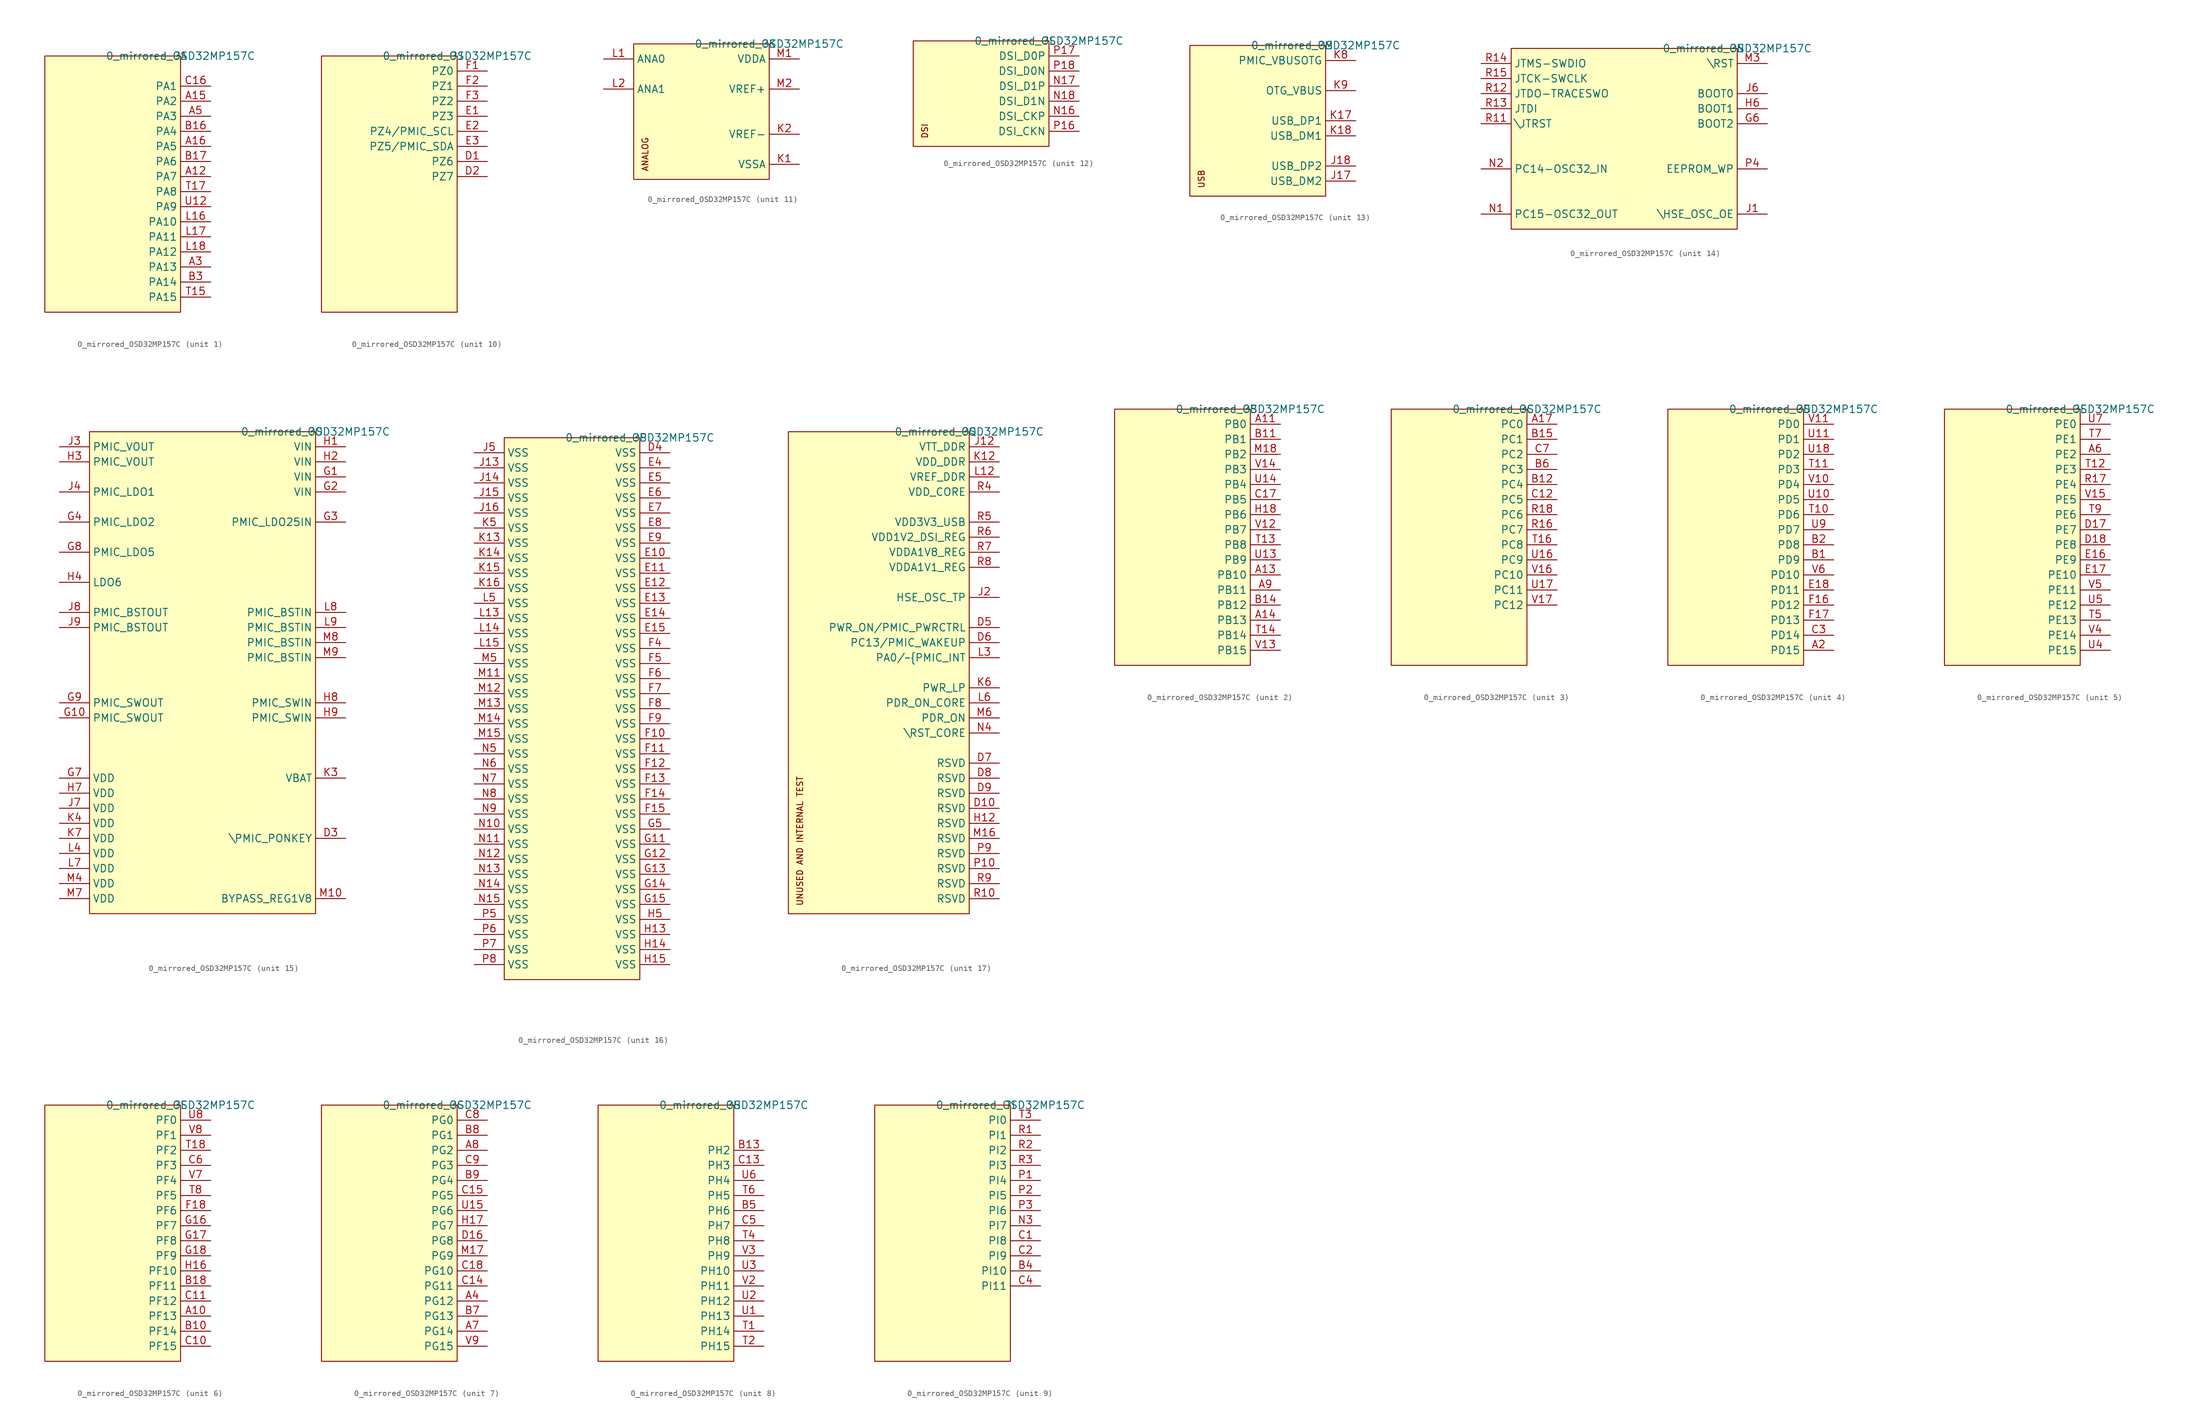
<source format=kicad_sym>
(kicad_symbol_lib
  (version 20210619)
  (generator kicad_symbol_editor)
  (symbol "OSD19001_BREAKOUTS-altium-import:0_mirrored_OSD32MP157C"
    (property "Reference" ""
      (at 0 0 0)
      (effects (font (size 1.27 1.27))))
    (property "Value" "0_mirrored_OSD32MP157C"
      (at 0 0 0)
      (effects (font (size 1.27 1.27))))
    (symbol "0_mirrored_OSD32MP157C_1_0"
      (rectangle (start 0 0) (end -22.86 -43.18) (stroke (width 0)) (fill (type background)))
      (pin bidirectional line (at 5.08 -20.32 180) (length 5.08) (name "PA7" (effects (font (size 1.27 1.27)))) (number "A12" (effects (font (size 1.27 1.27)))))
      (pin bidirectional line (at 5.08 -7.62 180) (length 5.08) (name "PA2" (effects (font (size 1.27 1.27)))) (number "A15" (effects (font (size 1.27 1.27)))))
      (pin bidirectional line (at 5.08 -15.24 180) (length 5.08) (name "PA5" (effects (font (size 1.27 1.27)))) (number "A16" (effects (font (size 1.27 1.27)))))
      (pin bidirectional line (at 5.08 -35.56 180) (length 5.08) (name "PA13" (effects (font (size 1.27 1.27)))) (number "A3" (effects (font (size 1.27 1.27)))))
      (pin bidirectional line (at 5.08 -10.16 180) (length 5.08) (name "PA3" (effects (font (size 1.27 1.27)))) (number "A5" (effects (font (size 1.27 1.27)))))
      (pin bidirectional line (at 5.08 -12.7 180) (length 5.08) (name "PA4" (effects (font (size 1.27 1.27)))) (number "B16" (effects (font (size 1.27 1.27)))))
      (pin bidirectional line (at 5.08 -17.78 180) (length 5.08) (name "PA6" (effects (font (size 1.27 1.27)))) (number "B17" (effects (font (size 1.27 1.27)))))
      (pin bidirectional line (at 5.08 -38.1 180) (length 5.08) (name "PA14" (effects (font (size 1.27 1.27)))) (number "B3" (effects (font (size 1.27 1.27)))))
      (pin bidirectional line (at 5.08 -5.08 180) (length 5.08) (name "PA1" (effects (font (size 1.27 1.27)))) (number "C16" (effects (font (size 1.27 1.27)))))
      (pin bidirectional line (at 5.08 -27.94 180) (length 5.08) (name "PA10" (effects (font (size 1.27 1.27)))) (number "L16" (effects (font (size 1.27 1.27)))))
      (pin bidirectional line (at 5.08 -30.48 180) (length 5.08) (name "PA11" (effects (font (size 1.27 1.27)))) (number "L17" (effects (font (size 1.27 1.27)))))
      (pin bidirectional line (at 5.08 -33.02 180) (length 5.08) (name "PA12" (effects (font (size 1.27 1.27)))) (number "L18" (effects (font (size 1.27 1.27)))))
      (pin bidirectional line (at 5.08 -40.64 180) (length 5.08) (name "PA15" (effects (font (size 1.27 1.27)))) (number "T15" (effects (font (size 1.27 1.27)))))
      (pin bidirectional line (at 5.08 -22.86 180) (length 5.08) (name "PA8" (effects (font (size 1.27 1.27)))) (number "T17" (effects (font (size 1.27 1.27)))))
      (pin bidirectional line (at 5.08 -25.4 180) (length 5.08) (name "PA9" (effects (font (size 1.27 1.27)))) (number "U12" (effects (font (size 1.27 1.27))))))
    (symbol "0_mirrored_OSD32MP157C_2_0"
      (rectangle (start 0 0) (end -22.86 -43.18) (stroke (width 0)) (fill (type background)))
      (pin bidirectional line (at 5.08 -2.54 180) (length 5.08) (name "PB0" (effects (font (size 1.27 1.27)))) (number "A11" (effects (font (size 1.27 1.27)))))
      (pin bidirectional line (at 5.08 -27.94 180) (length 5.08) (name "PB10" (effects (font (size 1.27 1.27)))) (number "A13" (effects (font (size 1.27 1.27)))))
      (pin bidirectional line (at 5.08 -35.56 180) (length 5.08) (name "PB13" (effects (font (size 1.27 1.27)))) (number "A14" (effects (font (size 1.27 1.27)))))
      (pin bidirectional line (at 5.08 -30.48 180) (length 5.08) (name "PB11" (effects (font (size 1.27 1.27)))) (number "A9" (effects (font (size 1.27 1.27)))))
      (pin bidirectional line (at 5.08 -5.08 180) (length 5.08) (name "PB1" (effects (font (size 1.27 1.27)))) (number "B11" (effects (font (size 1.27 1.27)))))
      (pin bidirectional line (at 5.08 -33.02 180) (length 5.08) (name "PB12" (effects (font (size 1.27 1.27)))) (number "B14" (effects (font (size 1.27 1.27)))))
      (pin bidirectional line (at 5.08 -15.24 180) (length 5.08) (name "PB5" (effects (font (size 1.27 1.27)))) (number "C17" (effects (font (size 1.27 1.27)))))
      (pin bidirectional line (at 5.08 -17.78 180) (length 5.08) (name "PB6" (effects (font (size 1.27 1.27)))) (number "H18" (effects (font (size 1.27 1.27)))))
      (pin bidirectional line (at 5.08 -7.62 180) (length 5.08) (name "PB2" (effects (font (size 1.27 1.27)))) (number "M18" (effects (font (size 1.27 1.27)))))
      (pin bidirectional line (at 5.08 -22.86 180) (length 5.08) (name "PB8" (effects (font (size 1.27 1.27)))) (number "T13" (effects (font (size 1.27 1.27)))))
      (pin bidirectional line (at 5.08 -38.1 180) (length 5.08) (name "PB14" (effects (font (size 1.27 1.27)))) (number "T14" (effects (font (size 1.27 1.27)))))
      (pin bidirectional line (at 5.08 -25.4 180) (length 5.08) (name "PB9" (effects (font (size 1.27 1.27)))) (number "U13" (effects (font (size 1.27 1.27)))))
      (pin bidirectional line (at 5.08 -12.7 180) (length 5.08) (name "PB4" (effects (font (size 1.27 1.27)))) (number "U14" (effects (font (size 1.27 1.27)))))
      (pin bidirectional line (at 5.08 -20.32 180) (length 5.08) (name "PB7" (effects (font (size 1.27 1.27)))) (number "V12" (effects (font (size 1.27 1.27)))))
      (pin bidirectional line (at 5.08 -40.64 180) (length 5.08) (name "PB15" (effects (font (size 1.27 1.27)))) (number "V13" (effects (font (size 1.27 1.27)))))
      (pin bidirectional line (at 5.08 -10.16 180) (length 5.08) (name "PB3" (effects (font (size 1.27 1.27)))) (number "V14" (effects (font (size 1.27 1.27))))))
    (symbol "0_mirrored_OSD32MP157C_3_0"
      (rectangle (start 0 0) (end -22.86 -43.18) (stroke (width 0)) (fill (type background)))
      (pin bidirectional line (at 5.08 -2.54 180) (length 5.08) (name "PC0" (effects (font (size 1.27 1.27)))) (number "A17" (effects (font (size 1.27 1.27)))))
      (pin bidirectional line (at 5.08 -12.7 180) (length 5.08) (name "PC4" (effects (font (size 1.27 1.27)))) (number "B12" (effects (font (size 1.27 1.27)))))
      (pin bidirectional line (at 5.08 -5.08 180) (length 5.08) (name "PC1" (effects (font (size 1.27 1.27)))) (number "B15" (effects (font (size 1.27 1.27)))))
      (pin bidirectional line (at 5.08 -10.16 180) (length 5.08) (name "PC3" (effects (font (size 1.27 1.27)))) (number "B6" (effects (font (size 1.27 1.27)))))
      (pin bidirectional line (at 5.08 -15.24 180) (length 5.08) (name "PC5" (effects (font (size 1.27 1.27)))) (number "C12" (effects (font (size 1.27 1.27)))))
      (pin bidirectional line (at 5.08 -7.62 180) (length 5.08) (name "PC2" (effects (font (size 1.27 1.27)))) (number "C7" (effects (font (size 1.27 1.27)))))
      (pin bidirectional line (at 5.08 -20.32 180) (length 5.08) (name "PC7" (effects (font (size 1.27 1.27)))) (number "R16" (effects (font (size 1.27 1.27)))))
      (pin bidirectional line (at 5.08 -17.78 180) (length 5.08) (name "PC6" (effects (font (size 1.27 1.27)))) (number "R18" (effects (font (size 1.27 1.27)))))
      (pin bidirectional line (at 5.08 -22.86 180) (length 5.08) (name "PC8" (effects (font (size 1.27 1.27)))) (number "T16" (effects (font (size 1.27 1.27)))))
      (pin bidirectional line (at 5.08 -25.4 180) (length 5.08) (name "PC9" (effects (font (size 1.27 1.27)))) (number "U16" (effects (font (size 1.27 1.27)))))
      (pin bidirectional line (at 5.08 -30.48 180) (length 5.08) (name "PC11" (effects (font (size 1.27 1.27)))) (number "U17" (effects (font (size 1.27 1.27)))))
      (pin bidirectional line (at 5.08 -27.94 180) (length 5.08) (name "PC10" (effects (font (size 1.27 1.27)))) (number "V16" (effects (font (size 1.27 1.27)))))
      (pin bidirectional line (at 5.08 -33.02 180) (length 5.08) (name "PC12" (effects (font (size 1.27 1.27)))) (number "V17" (effects (font (size 1.27 1.27))))))
    (symbol "0_mirrored_OSD32MP157C_4_0"
      (rectangle (start 0 0) (end -22.86 -43.18) (stroke (width 0)) (fill (type background)))
      (pin bidirectional line (at 5.08 -40.64 180) (length 5.08) (name "PD15" (effects (font (size 1.27 1.27)))) (number "A2" (effects (font (size 1.27 1.27)))))
      (pin bidirectional line (at 5.08 -25.4 180) (length 5.08) (name "PD9" (effects (font (size 1.27 1.27)))) (number "B1" (effects (font (size 1.27 1.27)))))
      (pin bidirectional line (at 5.08 -22.86 180) (length 5.08) (name "PD8" (effects (font (size 1.27 1.27)))) (number "B2" (effects (font (size 1.27 1.27)))))
      (pin bidirectional line (at 5.08 -38.1 180) (length 5.08) (name "PD14" (effects (font (size 1.27 1.27)))) (number "C3" (effects (font (size 1.27 1.27)))))
      (pin bidirectional line (at 5.08 -30.48 180) (length 5.08) (name "PD11" (effects (font (size 1.27 1.27)))) (number "E18" (effects (font (size 1.27 1.27)))))
      (pin bidirectional line (at 5.08 -33.02 180) (length 5.08) (name "PD12" (effects (font (size 1.27 1.27)))) (number "F16" (effects (font (size 1.27 1.27)))))
      (pin bidirectional line (at 5.08 -35.56 180) (length 5.08) (name "PD13" (effects (font (size 1.27 1.27)))) (number "F17" (effects (font (size 1.27 1.27)))))
      (pin bidirectional line (at 5.08 -17.78 180) (length 5.08) (name "PD6" (effects (font (size 1.27 1.27)))) (number "T10" (effects (font (size 1.27 1.27)))))
      (pin bidirectional line (at 5.08 -10.16 180) (length 5.08) (name "PD3" (effects (font (size 1.27 1.27)))) (number "T11" (effects (font (size 1.27 1.27)))))
      (pin bidirectional line (at 5.08 -15.24 180) (length 5.08) (name "PD5" (effects (font (size 1.27 1.27)))) (number "U10" (effects (font (size 1.27 1.27)))))
      (pin bidirectional line (at 5.08 -5.08 180) (length 5.08) (name "PD1" (effects (font (size 1.27 1.27)))) (number "U11" (effects (font (size 1.27 1.27)))))
      (pin bidirectional line (at 5.08 -7.62 180) (length 5.08) (name "PD2" (effects (font (size 1.27 1.27)))) (number "U18" (effects (font (size 1.27 1.27)))))
      (pin bidirectional line (at 5.08 -20.32 180) (length 5.08) (name "PD7" (effects (font (size 1.27 1.27)))) (number "U9" (effects (font (size 1.27 1.27)))))
      (pin bidirectional line (at 5.08 -12.7 180) (length 5.08) (name "PD4" (effects (font (size 1.27 1.27)))) (number "V10" (effects (font (size 1.27 1.27)))))
      (pin bidirectional line (at 5.08 -2.54 180) (length 5.08) (name "PD0" (effects (font (size 1.27 1.27)))) (number "V11" (effects (font (size 1.27 1.27)))))
      (pin bidirectional line (at 5.08 -27.94 180) (length 5.08) (name "PD10" (effects (font (size 1.27 1.27)))) (number "V6" (effects (font (size 1.27 1.27))))))
    (symbol "0_mirrored_OSD32MP157C_5_0"
      (rectangle (start 0 0) (end -22.86 -43.18) (stroke (width 0)) (fill (type background)))
      (pin bidirectional line (at 5.08 -7.62 180) (length 5.08) (name "PE2" (effects (font (size 1.27 1.27)))) (number "A6" (effects (font (size 1.27 1.27)))))
      (pin bidirectional line (at 5.08 -20.32 180) (length 5.08) (name "PE7" (effects (font (size 1.27 1.27)))) (number "D17" (effects (font (size 1.27 1.27)))))
      (pin bidirectional line (at 5.08 -22.86 180) (length 5.08) (name "PE8" (effects (font (size 1.27 1.27)))) (number "D18" (effects (font (size 1.27 1.27)))))
      (pin bidirectional line (at 5.08 -25.4 180) (length 5.08) (name "PE9" (effects (font (size 1.27 1.27)))) (number "E16" (effects (font (size 1.27 1.27)))))
      (pin bidirectional line (at 5.08 -27.94 180) (length 5.08) (name "PE10" (effects (font (size 1.27 1.27)))) (number "E17" (effects (font (size 1.27 1.27)))))
      (pin bidirectional line (at 5.08 -12.7 180) (length 5.08) (name "PE4" (effects (font (size 1.27 1.27)))) (number "R17" (effects (font (size 1.27 1.27)))))
      (pin bidirectional line (at 5.08 -10.16 180) (length 5.08) (name "PE3" (effects (font (size 1.27 1.27)))) (number "T12" (effects (font (size 1.27 1.27)))))
      (pin bidirectional line (at 5.08 -35.56 180) (length 5.08) (name "PE13" (effects (font (size 1.27 1.27)))) (number "T5" (effects (font (size 1.27 1.27)))))
      (pin bidirectional line (at 5.08 -5.08 180) (length 5.08) (name "PE1" (effects (font (size 1.27 1.27)))) (number "T7" (effects (font (size 1.27 1.27)))))
      (pin bidirectional line (at 5.08 -17.78 180) (length 5.08) (name "PE6" (effects (font (size 1.27 1.27)))) (number "T9" (effects (font (size 1.27 1.27)))))
      (pin bidirectional line (at 5.08 -40.64 180) (length 5.08) (name "PE15" (effects (font (size 1.27 1.27)))) (number "U4" (effects (font (size 1.27 1.27)))))
      (pin bidirectional line (at 5.08 -33.02 180) (length 5.08) (name "PE12" (effects (font (size 1.27 1.27)))) (number "U5" (effects (font (size 1.27 1.27)))))
      (pin bidirectional line (at 5.08 -2.54 180) (length 5.08) (name "PE0" (effects (font (size 1.27 1.27)))) (number "U7" (effects (font (size 1.27 1.27)))))
      (pin bidirectional line (at 5.08 -15.24 180) (length 5.08) (name "PE5" (effects (font (size 1.27 1.27)))) (number "V15" (effects (font (size 1.27 1.27)))))
      (pin bidirectional line (at 5.08 -38.1 180) (length 5.08) (name "PE14" (effects (font (size 1.27 1.27)))) (number "V4" (effects (font (size 1.27 1.27)))))
      (pin bidirectional line (at 5.08 -30.48 180) (length 5.08) (name "PE11" (effects (font (size 1.27 1.27)))) (number "V5" (effects (font (size 1.27 1.27))))))
    (symbol "0_mirrored_OSD32MP157C_6_0"
      (rectangle (start 0 0) (end -22.86 -43.18) (stroke (width 0)) (fill (type background)))
      (pin bidirectional line (at 5.08 -35.56 180) (length 5.08) (name "PF13" (effects (font (size 1.27 1.27)))) (number "A10" (effects (font (size 1.27 1.27)))))
      (pin bidirectional line (at 5.08 -38.1 180) (length 5.08) (name "PF14" (effects (font (size 1.27 1.27)))) (number "B10" (effects (font (size 1.27 1.27)))))
      (pin bidirectional line (at 5.08 -30.48 180) (length 5.08) (name "PF11" (effects (font (size 1.27 1.27)))) (number "B18" (effects (font (size 1.27 1.27)))))
      (pin bidirectional line (at 5.08 -40.64 180) (length 5.08) (name "PF15" (effects (font (size 1.27 1.27)))) (number "C10" (effects (font (size 1.27 1.27)))))
      (pin bidirectional line (at 5.08 -33.02 180) (length 5.08) (name "PF12" (effects (font (size 1.27 1.27)))) (number "C11" (effects (font (size 1.27 1.27)))))
      (pin bidirectional line (at 5.08 -10.16 180) (length 5.08) (name "PF3" (effects (font (size 1.27 1.27)))) (number "C6" (effects (font (size 1.27 1.27)))))
      (pin bidirectional line (at 5.08 -17.78 180) (length 5.08) (name "PF6" (effects (font (size 1.27 1.27)))) (number "F18" (effects (font (size 1.27 1.27)))))
      (pin bidirectional line (at 5.08 -20.32 180) (length 5.08) (name "PF7" (effects (font (size 1.27 1.27)))) (number "G16" (effects (font (size 1.27 1.27)))))
      (pin bidirectional line (at 5.08 -22.86 180) (length 5.08) (name "PF8" (effects (font (size 1.27 1.27)))) (number "G17" (effects (font (size 1.27 1.27)))))
      (pin bidirectional line (at 5.08 -25.4 180) (length 5.08) (name "PF9" (effects (font (size 1.27 1.27)))) (number "G18" (effects (font (size 1.27 1.27)))))
      (pin bidirectional line (at 5.08 -27.94 180) (length 5.08) (name "PF10" (effects (font (size 1.27 1.27)))) (number "H16" (effects (font (size 1.27 1.27)))))
      (pin bidirectional line (at 5.08 -7.62 180) (length 5.08) (name "PF2" (effects (font (size 1.27 1.27)))) (number "T18" (effects (font (size 1.27 1.27)))))
      (pin bidirectional line (at 5.08 -15.24 180) (length 5.08) (name "PF5" (effects (font (size 1.27 1.27)))) (number "T8" (effects (font (size 1.27 1.27)))))
      (pin bidirectional line (at 5.08 -2.54 180) (length 5.08) (name "PF0" (effects (font (size 1.27 1.27)))) (number "U8" (effects (font (size 1.27 1.27)))))
      (pin bidirectional line (at 5.08 -12.7 180) (length 5.08) (name "PF4" (effects (font (size 1.27 1.27)))) (number "V7" (effects (font (size 1.27 1.27)))))
      (pin bidirectional line (at 5.08 -5.08 180) (length 5.08) (name "PF1" (effects (font (size 1.27 1.27)))) (number "V8" (effects (font (size 1.27 1.27))))))
    (symbol "0_mirrored_OSD32MP157C_7_0"
      (rectangle (start 0 0) (end -22.86 -43.18) (stroke (width 0)) (fill (type background)))
      (pin bidirectional line (at 5.08 -33.02 180) (length 5.08) (name "PG12" (effects (font (size 1.27 1.27)))) (number "A4" (effects (font (size 1.27 1.27)))))
      (pin bidirectional line (at 5.08 -38.1 180) (length 5.08) (name "PG14" (effects (font (size 1.27 1.27)))) (number "A7" (effects (font (size 1.27 1.27)))))
      (pin bidirectional line (at 5.08 -7.62 180) (length 5.08) (name "PG2" (effects (font (size 1.27 1.27)))) (number "A8" (effects (font (size 1.27 1.27)))))
      (pin bidirectional line (at 5.08 -35.56 180) (length 5.08) (name "PG13" (effects (font (size 1.27 1.27)))) (number "B7" (effects (font (size 1.27 1.27)))))
      (pin bidirectional line (at 5.08 -5.08 180) (length 5.08) (name "PG1" (effects (font (size 1.27 1.27)))) (number "B8" (effects (font (size 1.27 1.27)))))
      (pin bidirectional line (at 5.08 -12.7 180) (length 5.08) (name "PG4" (effects (font (size 1.27 1.27)))) (number "B9" (effects (font (size 1.27 1.27)))))
      (pin bidirectional line (at 5.08 -30.48 180) (length 5.08) (name "PG11" (effects (font (size 1.27 1.27)))) (number "C14" (effects (font (size 1.27 1.27)))))
      (pin bidirectional line (at 5.08 -15.24 180) (length 5.08) (name "PG5" (effects (font (size 1.27 1.27)))) (number "C15" (effects (font (size 1.27 1.27)))))
      (pin bidirectional line (at 5.08 -27.94 180) (length 5.08) (name "PG10" (effects (font (size 1.27 1.27)))) (number "C18" (effects (font (size 1.27 1.27)))))
      (pin bidirectional line (at 5.08 -2.54 180) (length 5.08) (name "PG0" (effects (font (size 1.27 1.27)))) (number "C8" (effects (font (size 1.27 1.27)))))
      (pin bidirectional line (at 5.08 -10.16 180) (length 5.08) (name "PG3" (effects (font (size 1.27 1.27)))) (number "C9" (effects (font (size 1.27 1.27)))))
      (pin bidirectional line (at 5.08 -22.86 180) (length 5.08) (name "PG8" (effects (font (size 1.27 1.27)))) (number "D16" (effects (font (size 1.27 1.27)))))
      (pin bidirectional line (at 5.08 -20.32 180) (length 5.08) (name "PG7" (effects (font (size 1.27 1.27)))) (number "H17" (effects (font (size 1.27 1.27)))))
      (pin bidirectional line (at 5.08 -25.4 180) (length 5.08) (name "PG9" (effects (font (size 1.27 1.27)))) (number "M17" (effects (font (size 1.27 1.27)))))
      (pin bidirectional line (at 5.08 -17.78 180) (length 5.08) (name "PG6" (effects (font (size 1.27 1.27)))) (number "U15" (effects (font (size 1.27 1.27)))))
      (pin bidirectional line (at 5.08 -40.64 180) (length 5.08) (name "PG15" (effects (font (size 1.27 1.27)))) (number "V9" (effects (font (size 1.27 1.27))))))
    (symbol "0_mirrored_OSD32MP157C_8_0"
      (rectangle (start 0 0) (end -22.86 -43.18) (stroke (width 0)) (fill (type background)))
      (pin bidirectional line (at 5.08 -7.62 180) (length 5.08) (name "PH2" (effects (font (size 1.27 1.27)))) (number "B13" (effects (font (size 1.27 1.27)))))
      (pin bidirectional line (at 5.08 -17.78 180) (length 5.08) (name "PH6" (effects (font (size 1.27 1.27)))) (number "B5" (effects (font (size 1.27 1.27)))))
      (pin bidirectional line (at 5.08 -10.16 180) (length 5.08) (name "PH3" (effects (font (size 1.27 1.27)))) (number "C13" (effects (font (size 1.27 1.27)))))
      (pin bidirectional line (at 5.08 -20.32 180) (length 5.08) (name "PH7" (effects (font (size 1.27 1.27)))) (number "C5" (effects (font (size 1.27 1.27)))))
      (pin bidirectional line (at 5.08 -38.1 180) (length 5.08) (name "PH14" (effects (font (size 1.27 1.27)))) (number "T1" (effects (font (size 1.27 1.27)))))
      (pin bidirectional line (at 5.08 -40.64 180) (length 5.08) (name "PH15" (effects (font (size 1.27 1.27)))) (number "T2" (effects (font (size 1.27 1.27)))))
      (pin bidirectional line (at 5.08 -22.86 180) (length 5.08) (name "PH8" (effects (font (size 1.27 1.27)))) (number "T4" (effects (font (size 1.27 1.27)))))
      (pin bidirectional line (at 5.08 -15.24 180) (length 5.08) (name "PH5" (effects (font (size 1.27 1.27)))) (number "T6" (effects (font (size 1.27 1.27)))))
      (pin bidirectional line (at 5.08 -35.56 180) (length 5.08) (name "PH13" (effects (font (size 1.27 1.27)))) (number "U1" (effects (font (size 1.27 1.27)))))
      (pin bidirectional line (at 5.08 -33.02 180) (length 5.08) (name "PH12" (effects (font (size 1.27 1.27)))) (number "U2" (effects (font (size 1.27 1.27)))))
      (pin bidirectional line (at 5.08 -27.94 180) (length 5.08) (name "PH10" (effects (font (size 1.27 1.27)))) (number "U3" (effects (font (size 1.27 1.27)))))
      (pin bidirectional line (at 5.08 -12.7 180) (length 5.08) (name "PH4" (effects (font (size 1.27 1.27)))) (number "U6" (effects (font (size 1.27 1.27)))))
      (pin bidirectional line (at 5.08 -30.48 180) (length 5.08) (name "PH11" (effects (font (size 1.27 1.27)))) (number "V2" (effects (font (size 1.27 1.27)))))
      (pin bidirectional line (at 5.08 -25.4 180) (length 5.08) (name "PH9" (effects (font (size 1.27 1.27)))) (number "V3" (effects (font (size 1.27 1.27))))))
    (symbol "0_mirrored_OSD32MP157C_9_0"
      (rectangle (start 0 0) (end -22.86 -43.18) (stroke (width 0)) (fill (type background)))
      (pin bidirectional line (at 5.08 -27.94 180) (length 5.08) (name "PI10" (effects (font (size 1.27 1.27)))) (number "B4" (effects (font (size 1.27 1.27)))))
      (pin bidirectional line (at 5.08 -22.86 180) (length 5.08) (name "PI8" (effects (font (size 1.27 1.27)))) (number "C1" (effects (font (size 1.27 1.27)))))
      (pin bidirectional line (at 5.08 -25.4 180) (length 5.08) (name "PI9" (effects (font (size 1.27 1.27)))) (number "C2" (effects (font (size 1.27 1.27)))))
      (pin bidirectional line (at 5.08 -30.48 180) (length 5.08) (name "PI11" (effects (font (size 1.27 1.27)))) (number "C4" (effects (font (size 1.27 1.27)))))
      (pin bidirectional line (at 5.08 -20.32 180) (length 5.08) (name "PI7" (effects (font (size 1.27 1.27)))) (number "N3" (effects (font (size 1.27 1.27)))))
      (pin bidirectional line (at 5.08 -12.7 180) (length 5.08) (name "PI4" (effects (font (size 1.27 1.27)))) (number "P1" (effects (font (size 1.27 1.27)))))
      (pin bidirectional line (at 5.08 -15.24 180) (length 5.08) (name "PI5" (effects (font (size 1.27 1.27)))) (number "P2" (effects (font (size 1.27 1.27)))))
      (pin bidirectional line (at 5.08 -17.78 180) (length 5.08) (name "PI6" (effects (font (size 1.27 1.27)))) (number "P3" (effects (font (size 1.27 1.27)))))
      (pin bidirectional line (at 5.08 -5.08 180) (length 5.08) (name "PI1" (effects (font (size 1.27 1.27)))) (number "R1" (effects (font (size 1.27 1.27)))))
      (pin bidirectional line (at 5.08 -7.62 180) (length 5.08) (name "PI2" (effects (font (size 1.27 1.27)))) (number "R2" (effects (font (size 1.27 1.27)))))
      (pin bidirectional line (at 5.08 -10.16 180) (length 5.08) (name "PI3" (effects (font (size 1.27 1.27)))) (number "R3" (effects (font (size 1.27 1.27)))))
      (pin bidirectional line (at 5.08 -2.54 180) (length 5.08) (name "PI0" (effects (font (size 1.27 1.27)))) (number "T3" (effects (font (size 1.27 1.27))))))
    (symbol "0_mirrored_OSD32MP157C_10_0"
      (rectangle (start 0 0) (end -22.86 -43.18) (stroke (width 0)) (fill (type background)))
      (pin bidirectional line (at 5.08 -17.78 180) (length 5.08) (name "PZ6" (effects (font (size 1.27 1.27)))) (number "D1" (effects (font (size 1.27 1.27)))))
      (pin bidirectional line (at 5.08 -20.32 180) (length 5.08) (name "PZ7" (effects (font (size 1.27 1.27)))) (number "D2" (effects (font (size 1.27 1.27)))))
      (pin bidirectional line (at 5.08 -10.16 180) (length 5.08) (name "PZ3" (effects (font (size 1.27 1.27)))) (number "E1" (effects (font (size 1.27 1.27)))))
      (pin bidirectional line (at 5.08 -12.7 180) (length 5.08) (name "PZ4/PMIC_SCL" (effects (font (size 1.27 1.27)))) (number "E2" (effects (font (size 1.27 1.27)))))
      (pin bidirectional line (at 5.08 -15.24 180) (length 5.08) (name "PZ5/PMIC_SDA" (effects (font (size 1.27 1.27)))) (number "E3" (effects (font (size 1.27 1.27)))))
      (pin bidirectional line (at 5.08 -2.54 180) (length 5.08) (name "PZ0" (effects (font (size 1.27 1.27)))) (number "F1" (effects (font (size 1.27 1.27)))))
      (pin bidirectional line (at 5.08 -5.08 180) (length 5.08) (name "PZ1" (effects (font (size 1.27 1.27)))) (number "F2" (effects (font (size 1.27 1.27)))))
      (pin bidirectional line (at 5.08 -7.62 180) (length 5.08) (name "PZ2" (effects (font (size 1.27 1.27)))) (number "F3" (effects (font (size 1.27 1.27))))))
    (symbol "0_mirrored_OSD32MP157C_11_0"
      (text "ANALOG" (at -20.32 -21.59 900) (effects (font (size 1.016 1.016)) (justify left bottom)))
      (rectangle (start 0 0) (end -22.86 -22.86) (stroke (width 0)) (fill (type background)))
      (pin passive line (at 5.08 -20.32 180) (length 5.08) (name "VSSA" (effects (font (size 1.27 1.27)))) (number "K1" (effects (font (size 1.27 1.27)))))
      (pin passive line (at 5.08 -15.24 180) (length 5.08) (name "VREF-" (effects (font (size 1.27 1.27)))) (number "K2" (effects (font (size 1.27 1.27)))))
      (pin input line (at -27.94 -2.54 0) (length 5.08) (name "ANA0" (effects (font (size 1.27 1.27)))) (number "L1" (effects (font (size 1.27 1.27)))))
      (pin input line (at -27.94 -7.62 0) (length 5.08) (name "ANA1" (effects (font (size 1.27 1.27)))) (number "L2" (effects (font (size 1.27 1.27)))))
      (pin passive line (at 5.08 -2.54 180) (length 5.08) (name "VDDA" (effects (font (size 1.27 1.27)))) (number "M1" (effects (font (size 1.27 1.27)))))
      (pin passive line (at 5.08 -7.62 180) (length 5.08) (name "VREF+" (effects (font (size 1.27 1.27)))) (number "M2" (effects (font (size 1.27 1.27))))))
    (symbol "0_mirrored_OSD32MP157C_12_0"
      (text "DSI" (at -20.32 -16.51 900) (effects (font (size 1.016 1.016)) (justify left bottom)))
      (rectangle (start 0 0) (end -22.86 -17.78) (stroke (width 0)) (fill (type background)))
      (pin output line (at 5.08 -12.7 180) (length 5.08) (name "DSI_CKP" (effects (font (size 1.27 1.27)))) (number "N16" (effects (font (size 1.27 1.27)))))
      (pin output line (at 5.08 -7.62 180) (length 5.08) (name "DSI_D1P" (effects (font (size 1.27 1.27)))) (number "N17" (effects (font (size 1.27 1.27)))))
      (pin output line (at 5.08 -10.16 180) (length 5.08) (name "DSI_D1N" (effects (font (size 1.27 1.27)))) (number "N18" (effects (font (size 1.27 1.27)))))
      (pin output line (at 5.08 -15.24 180) (length 5.08) (name "DSI_CKN" (effects (font (size 1.27 1.27)))) (number "P16" (effects (font (size 1.27 1.27)))))
      (pin output line (at 5.08 -2.54 180) (length 5.08) (name "DSI_D0P" (effects (font (size 1.27 1.27)))) (number "P17" (effects (font (size 1.27 1.27)))))
      (pin output line (at 5.08 -5.08 180) (length 5.08) (name "DSI_D0N" (effects (font (size 1.27 1.27)))) (number "P18" (effects (font (size 1.27 1.27))))))
    (symbol "0_mirrored_OSD32MP157C_13_0"
      (text "USB" (at -20.32 -24.13 900) (effects (font (size 1.016 1.016)) (justify left bottom)))
      (rectangle (start 0 0) (end -22.86 -25.4) (stroke (width 0)) (fill (type background)))
      (pin bidirectional line (at 5.08 -22.86 180) (length 5.08) (name "USB_DM2" (effects (font (size 1.27 1.27)))) (number "J17" (effects (font (size 1.27 1.27)))))
      (pin bidirectional line (at 5.08 -20.32 180) (length 5.08) (name "USB_DP2" (effects (font (size 1.27 1.27)))) (number "J18" (effects (font (size 1.27 1.27)))))
      (pin bidirectional line (at 5.08 -12.7 180) (length 5.08) (name "USB_DP1" (effects (font (size 1.27 1.27)))) (number "K17" (effects (font (size 1.27 1.27)))))
      (pin bidirectional line (at 5.08 -15.24 180) (length 5.08) (name "USB_DM1" (effects (font (size 1.27 1.27)))) (number "K18" (effects (font (size 1.27 1.27)))))
      (pin passive line (at 5.08 -2.54 180) (length 5.08) (name "PMIC_VBUSOTG" (effects (font (size 1.27 1.27)))) (number "K8" (effects (font (size 1.27 1.27)))))
      (pin passive line (at 5.08 -7.62 180) (length 5.08) (name "OTG_VBUS" (effects (font (size 1.27 1.27)))) (number "K9" (effects (font (size 1.27 1.27))))))
    (symbol "0_mirrored_OSD32MP157C_14_0"
      (rectangle (start 0 0) (end -38.1 -30.48) (stroke (width 0)) (fill (type background)))
      (pin input line (at 5.08 -12.7 180) (length 5.08) (name "BOOT2" (effects (font (size 1.27 1.27)))) (number "G6" (effects (font (size 1.27 1.27)))))
      (pin input line (at 5.08 -10.16 180) (length 5.08) (name "BOOT1" (effects (font (size 1.27 1.27)))) (number "H6" (effects (font (size 1.27 1.27)))))
      (pin input line (at 5.08 -27.94 180) (length 5.08) (name "\\HSE_OSC_OE" (effects (font (size 1.27 1.27)))) (number "J1" (effects (font (size 1.27 1.27)))))
      (pin input line (at 5.08 -7.62 180) (length 5.08) (name "BOOT0" (effects (font (size 1.27 1.27)))) (number "J6" (effects (font (size 1.27 1.27)))))
      (pin bidirectional line (at 5.08 -2.54 180) (length 5.08) (name "\\RST" (effects (font (size 1.27 1.27)))) (number "M3" (effects (font (size 1.27 1.27)))))
      (pin passive line (at -43.18 -27.94 0) (length 5.08) (name "PC15-OSC32_OUT" (effects (font (size 1.27 1.27)))) (number "N1" (effects (font (size 1.27 1.27)))))
      (pin passive line (at -43.18 -20.32 0) (length 5.08) (name "PC14-OSC32_IN" (effects (font (size 1.27 1.27)))) (number "N2" (effects (font (size 1.27 1.27)))))
      (pin input line (at 5.08 -20.32 180) (length 5.08) (name "EEPROM_WP" (effects (font (size 1.27 1.27)))) (number "P4" (effects (font (size 1.27 1.27)))))
      (pin input line (at -43.18 -12.7 0) (length 5.08) (name "\\JTRST" (effects (font (size 1.27 1.27)))) (number "R11" (effects (font (size 1.27 1.27)))))
      (pin output line (at -43.18 -7.62 0) (length 5.08) (name "JTDO-TRACESWO" (effects (font (size 1.27 1.27)))) (number "R12" (effects (font (size 1.27 1.27)))))
      (pin input line (at -43.18 -10.16 0) (length 5.08) (name "JTDI" (effects (font (size 1.27 1.27)))) (number "R13" (effects (font (size 1.27 1.27)))))
      (pin bidirectional line (at -43.18 -2.54 0) (length 5.08) (name "JTMS-SWDIO" (effects (font (size 1.27 1.27)))) (number "R14" (effects (font (size 1.27 1.27)))))
      (pin input line (at -43.18 -5.08 0) (length 5.08) (name "JTCK-SWCLK" (effects (font (size 1.27 1.27)))) (number "R15" (effects (font (size 1.27 1.27))))))
    (symbol "0_mirrored_OSD32MP157C_15_0"
      (rectangle (start 0 0) (end -38.1 -81.28) (stroke (width 0)) (fill (type background)))
      (pin input line (at 5.08 -68.58 180) (length 5.08) (name "\\PMIC_PONKEY" (effects (font (size 1.27 1.27)))) (number "D3" (effects (font (size 1.27 1.27)))))
      (pin power_in line (at 5.08 -7.62 180) (length 5.08) (name "VIN" (effects (font (size 1.27 1.27)))) (number "G1" (effects (font (size 1.27 1.27)))))
      (pin passive line (at -43.18 -48.26 0) (length 5.08) (name "PMIC_SWOUT" (effects (font (size 1.27 1.27)))) (number "G10" (effects (font (size 1.27 1.27)))))
      (pin power_in line (at 5.08 -10.16 180) (length 5.08) (name "VIN" (effects (font (size 1.27 1.27)))) (number "G2" (effects (font (size 1.27 1.27)))))
      (pin power_in line (at 5.08 -15.24 180) (length 5.08) (name "PMIC_LDO25IN" (effects (font (size 1.27 1.27)))) (number "G3" (effects (font (size 1.27 1.27)))))
      (pin passive line (at -43.18 -15.24 0) (length 5.08) (name "PMIC_LDO2" (effects (font (size 1.27 1.27)))) (number "G4" (effects (font (size 1.27 1.27)))))
      (pin passive line (at -43.18 -58.42 0) (length 5.08) (name "VDD" (effects (font (size 1.27 1.27)))) (number "G7" (effects (font (size 1.27 1.27)))))
      (pin passive line (at -43.18 -20.32 0) (length 5.08) (name "PMIC_LDO5" (effects (font (size 1.27 1.27)))) (number "G8" (effects (font (size 1.27 1.27)))))
      (pin passive line (at -43.18 -45.72 0) (length 5.08) (name "PMIC_SWOUT" (effects (font (size 1.27 1.27)))) (number "G9" (effects (font (size 1.27 1.27)))))
      (pin power_in line (at 5.08 -2.54 180) (length 5.08) (name "VIN" (effects (font (size 1.27 1.27)))) (number "H1" (effects (font (size 1.27 1.27)))))
      (pin power_in line (at 5.08 -5.08 180) (length 5.08) (name "VIN" (effects (font (size 1.27 1.27)))) (number "H2" (effects (font (size 1.27 1.27)))))
      (pin passive line (at -43.18 -5.08 0) (length 5.08) (name "PMIC_VOUT" (effects (font (size 1.27 1.27)))) (number "H3" (effects (font (size 1.27 1.27)))))
      (pin passive line (at -43.18 -25.4 0) (length 5.08) (name "LDO6" (effects (font (size 1.27 1.27)))) (number "H4" (effects (font (size 1.27 1.27)))))
      (pin passive line (at -43.18 -60.96 0) (length 5.08) (name "VDD" (effects (font (size 1.27 1.27)))) (number "H7" (effects (font (size 1.27 1.27)))))
      (pin passive line (at 5.08 -45.72 180) (length 5.08) (name "PMIC_SWIN" (effects (font (size 1.27 1.27)))) (number "H8" (effects (font (size 1.27 1.27)))))
      (pin passive line (at 5.08 -48.26 180) (length 5.08) (name "PMIC_SWIN" (effects (font (size 1.27 1.27)))) (number "H9" (effects (font (size 1.27 1.27)))))
      (pin passive line (at -43.18 -2.54 0) (length 5.08) (name "PMIC_VOUT" (effects (font (size 1.27 1.27)))) (number "J3" (effects (font (size 1.27 1.27)))))
      (pin passive line (at -43.18 -10.16 0) (length 5.08) (name "PMIC_LDO1" (effects (font (size 1.27 1.27)))) (number "J4" (effects (font (size 1.27 1.27)))))
      (pin passive line (at -43.18 -63.5 0) (length 5.08) (name "VDD" (effects (font (size 1.27 1.27)))) (number "J7" (effects (font (size 1.27 1.27)))))
      (pin passive line (at -43.18 -30.48 0) (length 5.08) (name "PMIC_BSTOUT" (effects (font (size 1.27 1.27)))) (number "J8" (effects (font (size 1.27 1.27)))))
      (pin passive line (at -43.18 -33.02 0) (length 5.08) (name "PMIC_BSTOUT" (effects (font (size 1.27 1.27)))) (number "J9" (effects (font (size 1.27 1.27)))))
      (pin power_in line (at 5.08 -58.42 180) (length 5.08) (name "VBAT" (effects (font (size 1.27 1.27)))) (number "K3" (effects (font (size 1.27 1.27)))))
      (pin passive line (at -43.18 -66.04 0) (length 5.08) (name "VDD" (effects (font (size 1.27 1.27)))) (number "K4" (effects (font (size 1.27 1.27)))))
      (pin passive line (at -43.18 -68.58 0) (length 5.08) (name "VDD" (effects (font (size 1.27 1.27)))) (number "K7" (effects (font (size 1.27 1.27)))))
      (pin passive line (at -43.18 -71.12 0) (length 5.08) (name "VDD" (effects (font (size 1.27 1.27)))) (number "L4" (effects (font (size 1.27 1.27)))))
      (pin passive line (at -43.18 -73.66 0) (length 5.08) (name "VDD" (effects (font (size 1.27 1.27)))) (number "L7" (effects (font (size 1.27 1.27)))))
      (pin power_in line (at 5.08 -30.48 180) (length 5.08) (name "PMIC_BSTIN" (effects (font (size 1.27 1.27)))) (number "L8" (effects (font (size 1.27 1.27)))))
      (pin power_in line (at 5.08 -33.02 180) (length 5.08) (name "PMIC_BSTIN" (effects (font (size 1.27 1.27)))) (number "L9" (effects (font (size 1.27 1.27)))))
      (pin input line (at 5.08 -78.74 180) (length 5.08) (name "BYPASS_REG1V8" (effects (font (size 1.27 1.27)))) (number "M10" (effects (font (size 1.27 1.27)))))
      (pin passive line (at -43.18 -76.2 0) (length 5.08) (name "VDD" (effects (font (size 1.27 1.27)))) (number "M4" (effects (font (size 1.27 1.27)))))
      (pin passive line (at -43.18 -78.74 0) (length 5.08) (name "VDD" (effects (font (size 1.27 1.27)))) (number "M7" (effects (font (size 1.27 1.27)))))
      (pin power_in line (at 5.08 -35.56 180) (length 5.08) (name "PMIC_BSTIN" (effects (font (size 1.27 1.27)))) (number "M8" (effects (font (size 1.27 1.27)))))
      (pin power_in line (at 5.08 -38.1 180) (length 5.08) (name "PMIC_BSTIN" (effects (font (size 1.27 1.27)))) (number "M9" (effects (font (size 1.27 1.27))))))
    (symbol "0_mirrored_OSD32MP157C_16_0"
      (rectangle (start 0 0) (end -22.86 -91.44) (stroke (width 0)) (fill (type background)))
      (pin power_in line (at 5.08 -2.54 180) (length 5.08) (name "VSS" (effects (font (size 1.27 1.27)))) (number "D4" (effects (font (size 1.27 1.27)))))
      (pin power_in line (at 5.08 -20.32 180) (length 5.08) (name "VSS" (effects (font (size 1.27 1.27)))) (number "E10" (effects (font (size 1.27 1.27)))))
      (pin power_in line (at 5.08 -22.86 180) (length 5.08) (name "VSS" (effects (font (size 1.27 1.27)))) (number "E11" (effects (font (size 1.27 1.27)))))
      (pin power_in line (at 5.08 -25.4 180) (length 5.08) (name "VSS" (effects (font (size 1.27 1.27)))) (number "E12" (effects (font (size 1.27 1.27)))))
      (pin power_in line (at 5.08 -27.94 180) (length 5.08) (name "VSS" (effects (font (size 1.27 1.27)))) (number "E13" (effects (font (size 1.27 1.27)))))
      (pin power_in line (at 5.08 -30.48 180) (length 5.08) (name "VSS" (effects (font (size 1.27 1.27)))) (number "E14" (effects (font (size 1.27 1.27)))))
      (pin power_in line (at 5.08 -33.02 180) (length 5.08) (name "VSS" (effects (font (size 1.27 1.27)))) (number "E15" (effects (font (size 1.27 1.27)))))
      (pin power_in line (at 5.08 -5.08 180) (length 5.08) (name "VSS" (effects (font (size 1.27 1.27)))) (number "E4" (effects (font (size 1.27 1.27)))))
      (pin power_in line (at 5.08 -7.62 180) (length 5.08) (name "VSS" (effects (font (size 1.27 1.27)))) (number "E5" (effects (font (size 1.27 1.27)))))
      (pin power_in line (at 5.08 -10.16 180) (length 5.08) (name "VSS" (effects (font (size 1.27 1.27)))) (number "E6" (effects (font (size 1.27 1.27)))))
      (pin power_in line (at 5.08 -12.7 180) (length 5.08) (name "VSS" (effects (font (size 1.27 1.27)))) (number "E7" (effects (font (size 1.27 1.27)))))
      (pin power_in line (at 5.08 -15.24 180) (length 5.08) (name "VSS" (effects (font (size 1.27 1.27)))) (number "E8" (effects (font (size 1.27 1.27)))))
      (pin power_in line (at 5.08 -17.78 180) (length 5.08) (name "VSS" (effects (font (size 1.27 1.27)))) (number "E9" (effects (font (size 1.27 1.27)))))
      (pin power_in line (at 5.08 -50.8 180) (length 5.08) (name "VSS" (effects (font (size 1.27 1.27)))) (number "F10" (effects (font (size 1.27 1.27)))))
      (pin power_in line (at 5.08 -53.34 180) (length 5.08) (name "VSS" (effects (font (size 1.27 1.27)))) (number "F11" (effects (font (size 1.27 1.27)))))
      (pin power_in line (at 5.08 -55.88 180) (length 5.08) (name "VSS" (effects (font (size 1.27 1.27)))) (number "F12" (effects (font (size 1.27 1.27)))))
      (pin power_in line (at 5.08 -58.42 180) (length 5.08) (name "VSS" (effects (font (size 1.27 1.27)))) (number "F13" (effects (font (size 1.27 1.27)))))
      (pin power_in line (at 5.08 -60.96 180) (length 5.08) (name "VSS" (effects (font (size 1.27 1.27)))) (number "F14" (effects (font (size 1.27 1.27)))))
      (pin power_in line (at 5.08 -63.5 180) (length 5.08) (name "VSS" (effects (font (size 1.27 1.27)))) (number "F15" (effects (font (size 1.27 1.27)))))
      (pin power_in line (at 5.08 -35.56 180) (length 5.08) (name "VSS" (effects (font (size 1.27 1.27)))) (number "F4" (effects (font (size 1.27 1.27)))))
      (pin power_in line (at 5.08 -38.1 180) (length 5.08) (name "VSS" (effects (font (size 1.27 1.27)))) (number "F5" (effects (font (size 1.27 1.27)))))
      (pin power_in line (at 5.08 -40.64 180) (length 5.08) (name "VSS" (effects (font (size 1.27 1.27)))) (number "F6" (effects (font (size 1.27 1.27)))))
      (pin power_in line (at 5.08 -43.18 180) (length 5.08) (name "VSS" (effects (font (size 1.27 1.27)))) (number "F7" (effects (font (size 1.27 1.27)))))
      (pin power_in line (at 5.08 -45.72 180) (length 5.08) (name "VSS" (effects (font (size 1.27 1.27)))) (number "F8" (effects (font (size 1.27 1.27)))))
      (pin power_in line (at 5.08 -48.26 180) (length 5.08) (name "VSS" (effects (font (size 1.27 1.27)))) (number "F9" (effects (font (size 1.27 1.27)))))
      (pin power_in line (at 5.08 -68.58 180) (length 5.08) (name "VSS" (effects (font (size 1.27 1.27)))) (number "G11" (effects (font (size 1.27 1.27)))))
      (pin power_in line (at 5.08 -71.12 180) (length 5.08) (name "VSS" (effects (font (size 1.27 1.27)))) (number "G12" (effects (font (size 1.27 1.27)))))
      (pin power_in line (at 5.08 -73.66 180) (length 5.08) (name "VSS" (effects (font (size 1.27 1.27)))) (number "G13" (effects (font (size 1.27 1.27)))))
      (pin power_in line (at 5.08 -76.2 180) (length 5.08) (name "VSS" (effects (font (size 1.27 1.27)))) (number "G14" (effects (font (size 1.27 1.27)))))
      (pin power_in line (at 5.08 -78.74 180) (length 5.08) (name "VSS" (effects (font (size 1.27 1.27)))) (number "G15" (effects (font (size 1.27 1.27)))))
      (pin power_in line (at 5.08 -66.04 180) (length 5.08) (name "VSS" (effects (font (size 1.27 1.27)))) (number "G5" (effects (font (size 1.27 1.27)))))
      (pin power_in line (at 5.08 -83.82 180) (length 5.08) (name "VSS" (effects (font (size 1.27 1.27)))) (number "H13" (effects (font (size 1.27 1.27)))))
      (pin power_in line (at 5.08 -86.36 180) (length 5.08) (name "VSS" (effects (font (size 1.27 1.27)))) (number "H14" (effects (font (size 1.27 1.27)))))
      (pin power_in line (at 5.08 -88.9 180) (length 5.08) (name "VSS" (effects (font (size 1.27 1.27)))) (number "H15" (effects (font (size 1.27 1.27)))))
      (pin power_in line (at 5.08 -81.28 180) (length 5.08) (name "VSS" (effects (font (size 1.27 1.27)))) (number "H5" (effects (font (size 1.27 1.27)))))
      (pin power_in line (at -27.94 -5.08 0) (length 5.08) (name "VSS" (effects (font (size 1.27 1.27)))) (number "J13" (effects (font (size 1.27 1.27)))))
      (pin power_in line (at -27.94 -7.62 0) (length 5.08) (name "VSS" (effects (font (size 1.27 1.27)))) (number "J14" (effects (font (size 1.27 1.27)))))
      (pin power_in line (at -27.94 -10.16 0) (length 5.08) (name "VSS" (effects (font (size 1.27 1.27)))) (number "J15" (effects (font (size 1.27 1.27)))))
      (pin power_in line (at -27.94 -12.7 0) (length 5.08) (name "VSS" (effects (font (size 1.27 1.27)))) (number "J16" (effects (font (size 1.27 1.27)))))
      (pin power_in line (at -27.94 -2.54 0) (length 5.08) (name "VSS" (effects (font (size 1.27 1.27)))) (number "J5" (effects (font (size 1.27 1.27)))))
      (pin power_in line (at -27.94 -17.78 0) (length 5.08) (name "VSS" (effects (font (size 1.27 1.27)))) (number "K13" (effects (font (size 1.27 1.27)))))
      (pin power_in line (at -27.94 -20.32 0) (length 5.08) (name "VSS" (effects (font (size 1.27 1.27)))) (number "K14" (effects (font (size 1.27 1.27)))))
      (pin power_in line (at -27.94 -22.86 0) (length 5.08) (name "VSS" (effects (font (size 1.27 1.27)))) (number "K15" (effects (font (size 1.27 1.27)))))
      (pin power_in line (at -27.94 -25.4 0) (length 5.08) (name "VSS" (effects (font (size 1.27 1.27)))) (number "K16" (effects (font (size 1.27 1.27)))))
      (pin power_in line (at -27.94 -15.24 0) (length 5.08) (name "VSS" (effects (font (size 1.27 1.27)))) (number "K5" (effects (font (size 1.27 1.27)))))
      (pin power_in line (at -27.94 -30.48 0) (length 5.08) (name "VSS" (effects (font (size 1.27 1.27)))) (number "L13" (effects (font (size 1.27 1.27)))))
      (pin power_in line (at -27.94 -33.02 0) (length 5.08) (name "VSS" (effects (font (size 1.27 1.27)))) (number "L14" (effects (font (size 1.27 1.27)))))
      (pin power_in line (at -27.94 -35.56 0) (length 5.08) (name "VSS" (effects (font (size 1.27 1.27)))) (number "L15" (effects (font (size 1.27 1.27)))))
      (pin power_in line (at -27.94 -27.94 0) (length 5.08) (name "VSS" (effects (font (size 1.27 1.27)))) (number "L5" (effects (font (size 1.27 1.27)))))
      (pin power_in line (at -27.94 -40.64 0) (length 5.08) (name "VSS" (effects (font (size 1.27 1.27)))) (number "M11" (effects (font (size 1.27 1.27)))))
      (pin power_in line (at -27.94 -43.18 0) (length 5.08) (name "VSS" (effects (font (size 1.27 1.27)))) (number "M12" (effects (font (size 1.27 1.27)))))
      (pin power_in line (at -27.94 -45.72 0) (length 5.08) (name "VSS" (effects (font (size 1.27 1.27)))) (number "M13" (effects (font (size 1.27 1.27)))))
      (pin power_in line (at -27.94 -48.26 0) (length 5.08) (name "VSS" (effects (font (size 1.27 1.27)))) (number "M14" (effects (font (size 1.27 1.27)))))
      (pin power_in line (at -27.94 -50.8 0) (length 5.08) (name "VSS" (effects (font (size 1.27 1.27)))) (number "M15" (effects (font (size 1.27 1.27)))))
      (pin power_in line (at -27.94 -38.1 0) (length 5.08) (name "VSS" (effects (font (size 1.27 1.27)))) (number "M5" (effects (font (size 1.27 1.27)))))
      (pin power_in line (at -27.94 -66.04 0) (length 5.08) (name "VSS" (effects (font (size 1.27 1.27)))) (number "N10" (effects (font (size 1.27 1.27)))))
      (pin power_in line (at -27.94 -68.58 0) (length 5.08) (name "VSS" (effects (font (size 1.27 1.27)))) (number "N11" (effects (font (size 1.27 1.27)))))
      (pin power_in line (at -27.94 -71.12 0) (length 5.08) (name "VSS" (effects (font (size 1.27 1.27)))) (number "N12" (effects (font (size 1.27 1.27)))))
      (pin power_in line (at -27.94 -73.66 0) (length 5.08) (name "VSS" (effects (font (size 1.27 1.27)))) (number "N13" (effects (font (size 1.27 1.27)))))
      (pin power_in line (at -27.94 -76.2 0) (length 5.08) (name "VSS" (effects (font (size 1.27 1.27)))) (number "N14" (effects (font (size 1.27 1.27)))))
      (pin power_in line (at -27.94 -78.74 0) (length 5.08) (name "VSS" (effects (font (size 1.27 1.27)))) (number "N15" (effects (font (size 1.27 1.27)))))
      (pin power_in line (at -27.94 -53.34 0) (length 5.08) (name "VSS" (effects (font (size 1.27 1.27)))) (number "N5" (effects (font (size 1.27 1.27)))))
      (pin power_in line (at -27.94 -55.88 0) (length 5.08) (name "VSS" (effects (font (size 1.27 1.27)))) (number "N6" (effects (font (size 1.27 1.27)))))
      (pin power_in line (at -27.94 -58.42 0) (length 5.08) (name "VSS" (effects (font (size 1.27 1.27)))) (number "N7" (effects (font (size 1.27 1.27)))))
      (pin power_in line (at -27.94 -60.96 0) (length 5.08) (name "VSS" (effects (font (size 1.27 1.27)))) (number "N8" (effects (font (size 1.27 1.27)))))
      (pin power_in line (at -27.94 -63.5 0) (length 5.08) (name "VSS" (effects (font (size 1.27 1.27)))) (number "N9" (effects (font (size 1.27 1.27)))))
      (pin power_in line (at -27.94 -81.28 0) (length 5.08) (name "VSS" (effects (font (size 1.27 1.27)))) (number "P5" (effects (font (size 1.27 1.27)))))
      (pin power_in line (at -27.94 -83.82 0) (length 5.08) (name "VSS" (effects (font (size 1.27 1.27)))) (number "P6" (effects (font (size 1.27 1.27)))))
      (pin power_in line (at -27.94 -86.36 0) (length 5.08) (name "VSS" (effects (font (size 1.27 1.27)))) (number "P7" (effects (font (size 1.27 1.27)))))
      (pin power_in line (at -27.94 -88.9 0) (length 5.08) (name "VSS" (effects (font (size 1.27 1.27)))) (number "P8" (effects (font (size 1.27 1.27))))))
    (symbol "0_mirrored_OSD32MP157C_17_0"
      (text "UNUSED AND INTERNAL TEST" (at -27.94 -80.01 900) (effects (font (size 1.016 1.016)) (justify left bottom)))
      (rectangle (start 0 0) (end -30.48 -81.28) (stroke (width 0)) (fill (type background)))
      (pin passive line (at 5.08 -63.5 180) (length 5.08) (name "RSVD" (effects (font (size 1.27 1.27)))) (number "D10" (effects (font (size 1.27 1.27)))))
      (pin passive line (at 5.08 -33.02 180) (length 5.08) (name "PWR_ON/PMIC_PWRCTRL" (effects (font (size 1.27 1.27)))) (number "D5" (effects (font (size 1.27 1.27)))))
      (pin passive line (at 5.08 -35.56 180) (length 5.08) (name "PC13/PMIC_WAKEUP" (effects (font (size 1.27 1.27)))) (number "D6" (effects (font (size 1.27 1.27)))))
      (pin passive line (at 5.08 -55.88 180) (length 5.08) (name "RSVD" (effects (font (size 1.27 1.27)))) (number "D7" (effects (font (size 1.27 1.27)))))
      (pin passive line (at 5.08 -58.42 180) (length 5.08) (name "RSVD" (effects (font (size 1.27 1.27)))) (number "D8" (effects (font (size 1.27 1.27)))))
      (pin passive line (at 5.08 -60.96 180) (length 5.08) (name "RSVD" (effects (font (size 1.27 1.27)))) (number "D9" (effects (font (size 1.27 1.27)))))
      (pin passive line (at 5.08 -66.04 180) (length 5.08) (name "RSVD" (effects (font (size 1.27 1.27)))) (number "H12" (effects (font (size 1.27 1.27)))))
      (pin passive line (at 5.08 -2.54 180) (length 5.08) (name "VTT_DDR" (effects (font (size 1.27 1.27)))) (number "J12" (effects (font (size 1.27 1.27)))))
      (pin passive line (at 5.08 -27.94 180) (length 5.08) (name "HSE_OSC_TP" (effects (font (size 1.27 1.27)))) (number "J2" (effects (font (size 1.27 1.27)))))
      (pin passive line (at 5.08 -5.08 180) (length 5.08) (name "VDD_DDR" (effects (font (size 1.27 1.27)))) (number "K12" (effects (font (size 1.27 1.27)))))
      (pin passive line (at 5.08 -43.18 180) (length 5.08) (name "PWR_LP" (effects (font (size 1.27 1.27)))) (number "K6" (effects (font (size 1.27 1.27)))))
      (pin passive line (at 5.08 -7.62 180) (length 5.08) (name "VREF_DDR" (effects (font (size 1.27 1.27)))) (number "L12" (effects (font (size 1.27 1.27)))))
      (pin passive line (at 5.08 -38.1 180) (length 5.08) (name "PA0/~{PMIC_INT" (effects (font (size 1.27 1.27)))) (number "L3" (effects (font (size 1.27 1.27)))))
      (pin passive line (at 5.08 -45.72 180) (length 5.08) (name "PDR_ON_CORE" (effects (font (size 1.27 1.27)))) (number "L6" (effects (font (size 1.27 1.27)))))
      (pin passive line (at 5.08 -68.58 180) (length 5.08) (name "RSVD" (effects (font (size 1.27 1.27)))) (number "M16" (effects (font (size 1.27 1.27)))))
      (pin passive line (at 5.08 -48.26 180) (length 5.08) (name "PDR_ON" (effects (font (size 1.27 1.27)))) (number "M6" (effects (font (size 1.27 1.27)))))
      (pin passive line (at 5.08 -50.8 180) (length 5.08) (name "\\RST_CORE" (effects (font (size 1.27 1.27)))) (number "N4" (effects (font (size 1.27 1.27)))))
      (pin passive line (at 5.08 -73.66 180) (length 5.08) (name "RSVD" (effects (font (size 1.27 1.27)))) (number "P10" (effects (font (size 1.27 1.27)))))
      (pin passive line (at 5.08 -71.12 180) (length 5.08) (name "RSVD" (effects (font (size 1.27 1.27)))) (number "P9" (effects (font (size 1.27 1.27)))))
      (pin passive line (at 5.08 -78.74 180) (length 5.08) (name "RSVD" (effects (font (size 1.27 1.27)))) (number "R10" (effects (font (size 1.27 1.27)))))
      (pin passive line (at 5.08 -10.16 180) (length 5.08) (name "VDD_CORE" (effects (font (size 1.27 1.27)))) (number "R4" (effects (font (size 1.27 1.27)))))
      (pin passive line (at 5.08 -15.24 180) (length 5.08) (name "VDD3V3_USB" (effects (font (size 1.27 1.27)))) (number "R5" (effects (font (size 1.27 1.27)))))
      (pin passive line (at 5.08 -17.78 180) (length 5.08) (name "VDD1V2_DSI_REG" (effects (font (size 1.27 1.27)))) (number "R6" (effects (font (size 1.27 1.27)))))
      (pin passive line (at 5.08 -20.32 180) (length 5.08) (name "VDDA1V8_REG" (effects (font (size 1.27 1.27)))) (number "R7" (effects (font (size 1.27 1.27)))))
      (pin passive line (at 5.08 -22.86 180) (length 5.08) (name "VDDA1V1_REG" (effects (font (size 1.27 1.27)))) (number "R8" (effects (font (size 1.27 1.27)))))
      (pin passive line (at 5.08 -76.2 180) (length 5.08) (name "RSVD" (effects (font (size 1.27 1.27)))) (number "R9" (effects (font (size 1.27 1.27))))))))
</source>
